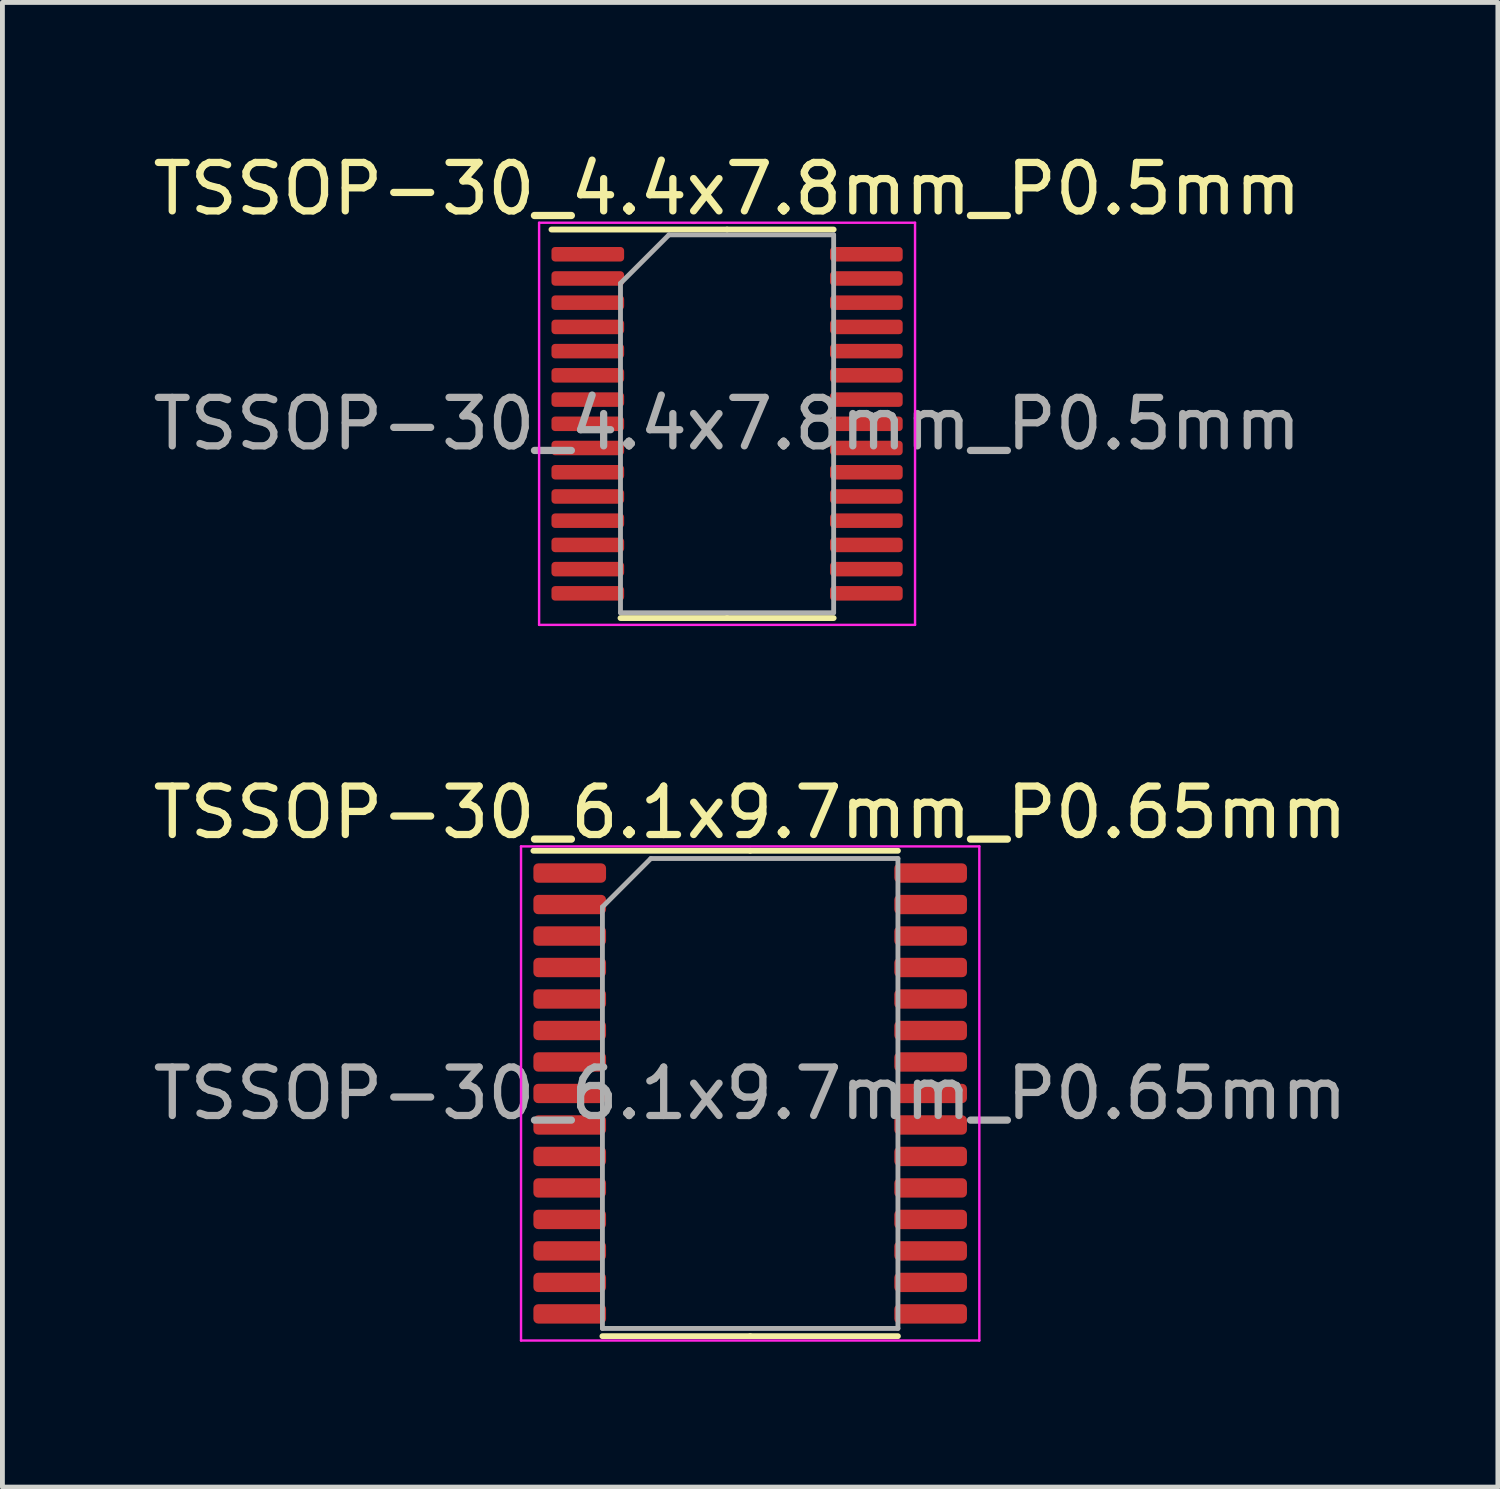
<source format=kicad_pcb>
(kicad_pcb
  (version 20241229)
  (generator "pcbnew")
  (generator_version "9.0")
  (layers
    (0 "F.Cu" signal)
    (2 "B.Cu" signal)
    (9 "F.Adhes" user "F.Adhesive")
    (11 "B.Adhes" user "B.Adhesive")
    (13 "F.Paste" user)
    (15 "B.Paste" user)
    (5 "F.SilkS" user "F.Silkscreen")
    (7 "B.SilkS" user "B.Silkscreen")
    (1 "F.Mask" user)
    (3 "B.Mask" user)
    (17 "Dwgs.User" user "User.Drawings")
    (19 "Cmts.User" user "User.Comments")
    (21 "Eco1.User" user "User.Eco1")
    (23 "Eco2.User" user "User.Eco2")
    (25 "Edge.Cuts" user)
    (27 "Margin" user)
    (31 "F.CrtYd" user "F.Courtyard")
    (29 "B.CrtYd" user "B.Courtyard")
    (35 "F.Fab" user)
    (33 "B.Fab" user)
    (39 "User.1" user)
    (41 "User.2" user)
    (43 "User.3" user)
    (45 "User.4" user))
  (footprint "TSSOP-30_6.1x9.7mm_P0.65mm"
    (layer "F.Cu")
    (at 12.435 19.521)
    (property "Reference" "TSSOP-30_6.1x9.7mm_P0.65mm" (at 0 -5.8 0) (layer "F.SilkS") (effects (font (size 1 1) (thickness 0.15))))
    (attr smd)
    (fp_line (start 0 -5.01) (end -4.475 -5.01) (stroke (width 0.12) (type solid)) (layer "F.SilkS"))
    (fp_line (start 0 -5.01) (end 3.05 -5.01) (stroke (width 0.12) (type solid)) (layer "F.SilkS"))
    (fp_line (start 0 5.01) (end -3.05 5.01) (stroke (width 0.12) (type solid)) (layer "F.SilkS"))
    (fp_line (start 0 5.01) (end 3.05 5.01) (stroke (width 0.12) (type solid)) (layer "F.SilkS"))
    (fp_line (start -4.73 -5.1) (end -4.73 5.1) (stroke (width 0.05) (type solid)) (layer "F.CrtYd"))
    (fp_line (start -4.73 5.1) (end 4.73 5.1) (stroke (width 0.05) (type solid)) (layer "F.CrtYd"))
    (fp_line (start 4.73 -5.1) (end -4.73 -5.1) (stroke (width 0.05) (type solid)) (layer "F.CrtYd"))
    (fp_line (start 4.73 5.1) (end 4.73 -5.1) (stroke (width 0.05) (type solid)) (layer "F.CrtYd"))
    (fp_line (start -3.05 -3.85) (end -2.05 -4.85) (stroke (width 0.1) (type solid)) (layer "F.Fab"))
    (fp_line (start -3.05 4.85) (end -3.05 -3.85) (stroke (width 0.1) (type solid)) (layer "F.Fab"))
    (fp_line (start -2.05 -4.85) (end 3.05 -4.85) (stroke (width 0.1) (type solid)) (layer "F.Fab"))
    (fp_line (start 3.05 -4.85) (end 3.05 4.85) (stroke (width 0.1) (type solid)) (layer "F.Fab"))
    (fp_line (start 3.05 4.85) (end -3.05 4.85) (stroke (width 0.1) (type solid)) (layer "F.Fab"))
    (fp_text user "${REFERENCE}" (at 0 0 0) (layer "F.Fab") (effects (font (size 1 1) (thickness 0.15))))
    (pad "1" smd roundrect (at -3.725 -4.55) (size 1.5 0.4) (layers "F.Cu" "F.Mask" "F.Paste") (roundrect_rratio 0.25))
    (pad "2" smd roundrect (at -3.725 -3.9) (size 1.5 0.4) (layers "F.Cu" "F.Mask" "F.Paste") (roundrect_rratio 0.25))
    (pad "3" smd roundrect (at -3.725 -3.25) (size 1.5 0.4) (layers "F.Cu" "F.Mask" "F.Paste") (roundrect_rratio 0.25))
    (pad "4" smd roundrect (at -3.725 -2.6) (size 1.5 0.4) (layers "F.Cu" "F.Mask" "F.Paste") (roundrect_rratio 0.25))
    (pad "5" smd roundrect (at -3.725 -1.95) (size 1.5 0.4) (layers "F.Cu" "F.Mask" "F.Paste") (roundrect_rratio 0.25))
    (pad "6" smd roundrect (at -3.725 -1.3) (size 1.5 0.4) (layers "F.Cu" "F.Mask" "F.Paste") (roundrect_rratio 0.25))
    (pad "7" smd roundrect (at -3.725 -0.65) (size 1.5 0.4) (layers "F.Cu" "F.Mask" "F.Paste") (roundrect_rratio 0.25))
    (pad "8" smd roundrect (at -3.725 0) (size 1.5 0.4) (layers "F.Cu" "F.Mask" "F.Paste") (roundrect_rratio 0.25))
    (pad "9" smd roundrect (at -3.725 0.65) (size 1.5 0.4) (layers "F.Cu" "F.Mask" "F.Paste") (roundrect_rratio 0.25))
    (pad "10" smd roundrect (at -3.725 1.3) (size 1.5 0.4) (layers "F.Cu" "F.Mask" "F.Paste") (roundrect_rratio 0.25))
    (pad "11" smd roundrect (at -3.725 1.95) (size 1.5 0.4) (layers "F.Cu" "F.Mask" "F.Paste") (roundrect_rratio 0.25))
    (pad "12" smd roundrect (at -3.725 2.6) (size 1.5 0.4) (layers "F.Cu" "F.Mask" "F.Paste") (roundrect_rratio 0.25))
    (pad "13" smd roundrect (at -3.725 3.25) (size 1.5 0.4) (layers "F.Cu" "F.Mask" "F.Paste") (roundrect_rratio 0.25))
    (pad "14" smd roundrect (at -3.725 3.9) (size 1.5 0.4) (layers "F.Cu" "F.Mask" "F.Paste") (roundrect_rratio 0.25))
    (pad "15" smd roundrect (at -3.725 4.55) (size 1.5 0.4) (layers "F.Cu" "F.Mask" "F.Paste") (roundrect_rratio 0.25))
    (pad "16" smd roundrect (at 3.725 4.55) (size 1.5 0.4) (layers "F.Cu" "F.Mask" "F.Paste") (roundrect_rratio 0.25))
    (pad "17" smd roundrect (at 3.725 3.9) (size 1.5 0.4) (layers "F.Cu" "F.Mask" "F.Paste") (roundrect_rratio 0.25))
    (pad "18" smd roundrect (at 3.725 3.25) (size 1.5 0.4) (layers "F.Cu" "F.Mask" "F.Paste") (roundrect_rratio 0.25))
    (pad "19" smd roundrect (at 3.725 2.6) (size 1.5 0.4) (layers "F.Cu" "F.Mask" "F.Paste") (roundrect_rratio 0.25))
    (pad "20" smd roundrect (at 3.725 1.95) (size 1.5 0.4) (layers "F.Cu" "F.Mask" "F.Paste") (roundrect_rratio 0.25))
    (pad "21" smd roundrect (at 3.725 1.3) (size 1.5 0.4) (layers "F.Cu" "F.Mask" "F.Paste") (roundrect_rratio 0.25))
    (pad "22" smd roundrect (at 3.725 0.65) (size 1.5 0.4) (layers "F.Cu" "F.Mask" "F.Paste") (roundrect_rratio 0.25))
    (pad "23" smd roundrect (at 3.725 0) (size 1.5 0.4) (layers "F.Cu" "F.Mask" "F.Paste") (roundrect_rratio 0.25))
    (pad "24" smd roundrect (at 3.725 -0.65) (size 1.5 0.4) (layers "F.Cu" "F.Mask" "F.Paste") (roundrect_rratio 0.25))
    (pad "25" smd roundrect (at 3.725 -1.3) (size 1.5 0.4) (layers "F.Cu" "F.Mask" "F.Paste") (roundrect_rratio 0.25))
    (pad "26" smd roundrect (at 3.725 -1.95) (size 1.5 0.4) (layers "F.Cu" "F.Mask" "F.Paste") (roundrect_rratio 0.25))
    (pad "27" smd roundrect (at 3.725 -2.6) (size 1.5 0.4) (layers "F.Cu" "F.Mask" "F.Paste") (roundrect_rratio 0.25))
    (pad "28" smd roundrect (at 3.725 -3.25) (size 1.5 0.4) (layers "F.Cu" "F.Mask" "F.Paste") (roundrect_rratio 0.25))
    (pad "29" smd roundrect (at 3.725 -3.9) (size 1.5 0.4) (layers "F.Cu" "F.Mask" "F.Paste") (roundrect_rratio 0.25))
    (pad "30" smd roundrect (at 3.725 -4.55) (size 1.5 0.4) (layers "F.Cu" "F.Mask" "F.Paste") (roundrect_rratio 0.25)))
  (footprint "TSSOP-30_4.4x7.8mm_P0.5mm"
    (layer "F.Cu")
    (at 11.958 5.698)
    (property "Reference" "TSSOP-30_4.4x7.8mm_P0.5mm" (at 0 -4.85 0) (layer "F.SilkS") (effects (font (size 1 1) (thickness 0.15))))
    (attr smd)
    (fp_line (start 0 -4.01) (end -3.625 -4.01) (stroke (width 0.12) (type solid)) (layer "F.SilkS"))
    (fp_line (start 0 -4.01) (end 2.2 -4.01) (stroke (width 0.12) (type solid)) (layer "F.SilkS"))
    (fp_line (start 0 4.01) (end -2.2 4.01) (stroke (width 0.12) (type solid)) (layer "F.SilkS"))
    (fp_line (start 0 4.01) (end 2.2 4.01) (stroke (width 0.12) (type solid)) (layer "F.SilkS"))
    (fp_line (start -3.88 -4.15) (end -3.88 4.15) (stroke (width 0.05) (type solid)) (layer "F.CrtYd"))
    (fp_line (start -3.88 4.15) (end 3.88 4.15) (stroke (width 0.05) (type solid)) (layer "F.CrtYd"))
    (fp_line (start 3.88 -4.15) (end -3.88 -4.15) (stroke (width 0.05) (type solid)) (layer "F.CrtYd"))
    (fp_line (start 3.88 4.15) (end 3.88 -4.15) (stroke (width 0.05) (type solid)) (layer "F.CrtYd"))
    (fp_line (start -2.2 -2.9) (end -1.2 -3.9) (stroke (width 0.1) (type solid)) (layer "F.Fab"))
    (fp_line (start -2.2 3.9) (end -2.2 -2.9) (stroke (width 0.1) (type solid)) (layer "F.Fab"))
    (fp_line (start -1.2 -3.9) (end 2.2 -3.9) (stroke (width 0.1) (type solid)) (layer "F.Fab"))
    (fp_line (start 2.2 -3.9) (end 2.2 3.9) (stroke (width 0.1) (type solid)) (layer "F.Fab"))
    (fp_line (start 2.2 3.9) (end -2.2 3.9) (stroke (width 0.1) (type solid)) (layer "F.Fab"))
    (fp_text user "${REFERENCE}" (at 0 0 0) (layer "F.Fab") (effects (font (size 1 1) (thickness 0.15))))
    (pad "1" smd roundrect (at -2.875 -3.5) (size 1.5 0.3) (layers "F.Cu" "F.Mask" "F.Paste") (roundrect_rratio 0.25))
    (pad "2" smd roundrect (at -2.875 -3) (size 1.5 0.3) (layers "F.Cu" "F.Mask" "F.Paste") (roundrect_rratio 0.25))
    (pad "3" smd roundrect (at -2.875 -2.5) (size 1.5 0.3) (layers "F.Cu" "F.Mask" "F.Paste") (roundrect_rratio 0.25))
    (pad "4" smd roundrect (at -2.875 -2) (size 1.5 0.3) (layers "F.Cu" "F.Mask" "F.Paste") (roundrect_rratio 0.25))
    (pad "5" smd roundrect (at -2.875 -1.5) (size 1.5 0.3) (layers "F.Cu" "F.Mask" "F.Paste") (roundrect_rratio 0.25))
    (pad "6" smd roundrect (at -2.875 -1) (size 1.5 0.3) (layers "F.Cu" "F.Mask" "F.Paste") (roundrect_rratio 0.25))
    (pad "7" smd roundrect (at -2.875 -0.5) (size 1.5 0.3) (layers "F.Cu" "F.Mask" "F.Paste") (roundrect_rratio 0.25))
    (pad "8" smd roundrect (at -2.875 0) (size 1.5 0.3) (layers "F.Cu" "F.Mask" "F.Paste") (roundrect_rratio 0.25))
    (pad "9" smd roundrect (at -2.875 0.5) (size 1.5 0.3) (layers "F.Cu" "F.Mask" "F.Paste") (roundrect_rratio 0.25))
    (pad "10" smd roundrect (at -2.875 1) (size 1.5 0.3) (layers "F.Cu" "F.Mask" "F.Paste") (roundrect_rratio 0.25))
    (pad "11" smd roundrect (at -2.875 1.5) (size 1.5 0.3) (layers "F.Cu" "F.Mask" "F.Paste") (roundrect_rratio 0.25))
    (pad "12" smd roundrect (at -2.875 2) (size 1.5 0.3) (layers "F.Cu" "F.Mask" "F.Paste") (roundrect_rratio 0.25))
    (pad "13" smd roundrect (at -2.875 2.5) (size 1.5 0.3) (layers "F.Cu" "F.Mask" "F.Paste") (roundrect_rratio 0.25))
    (pad "14" smd roundrect (at -2.875 3) (size 1.5 0.3) (layers "F.Cu" "F.Mask" "F.Paste") (roundrect_rratio 0.25))
    (pad "15" smd roundrect (at -2.875 3.5) (size 1.5 0.3) (layers "F.Cu" "F.Mask" "F.Paste") (roundrect_rratio 0.25))
    (pad "16" smd roundrect (at 2.875 3.5) (size 1.5 0.3) (layers "F.Cu" "F.Mask" "F.Paste") (roundrect_rratio 0.25))
    (pad "17" smd roundrect (at 2.875 3) (size 1.5 0.3) (layers "F.Cu" "F.Mask" "F.Paste") (roundrect_rratio 0.25))
    (pad "18" smd roundrect (at 2.875 2.5) (size 1.5 0.3) (layers "F.Cu" "F.Mask" "F.Paste") (roundrect_rratio 0.25))
    (pad "19" smd roundrect (at 2.875 2) (size 1.5 0.3) (layers "F.Cu" "F.Mask" "F.Paste") (roundrect_rratio 0.25))
    (pad "20" smd roundrect (at 2.875 1.5) (size 1.5 0.3) (layers "F.Cu" "F.Mask" "F.Paste") (roundrect_rratio 0.25))
    (pad "21" smd roundrect (at 2.875 1) (size 1.5 0.3) (layers "F.Cu" "F.Mask" "F.Paste") (roundrect_rratio 0.25))
    (pad "22" smd roundrect (at 2.875 0.5) (size 1.5 0.3) (layers "F.Cu" "F.Mask" "F.Paste") (roundrect_rratio 0.25))
    (pad "23" smd roundrect (at 2.875 0) (size 1.5 0.3) (layers "F.Cu" "F.Mask" "F.Paste") (roundrect_rratio 0.25))
    (pad "24" smd roundrect (at 2.875 -0.5) (size 1.5 0.3) (layers "F.Cu" "F.Mask" "F.Paste") (roundrect_rratio 0.25))
    (pad "25" smd roundrect (at 2.875 -1) (size 1.5 0.3) (layers "F.Cu" "F.Mask" "F.Paste") (roundrect_rratio 0.25))
    (pad "26" smd roundrect (at 2.875 -1.5) (size 1.5 0.3) (layers "F.Cu" "F.Mask" "F.Paste") (roundrect_rratio 0.25))
    (pad "27" smd roundrect (at 2.875 -2) (size 1.5 0.3) (layers "F.Cu" "F.Mask" "F.Paste") (roundrect_rratio 0.25))
    (pad "28" smd roundrect (at 2.875 -2.5) (size 1.5 0.3) (layers "F.Cu" "F.Mask" "F.Paste") (roundrect_rratio 0.25))
    (pad "29" smd roundrect (at 2.875 -3) (size 1.5 0.3) (layers "F.Cu" "F.Mask" "F.Paste") (roundrect_rratio 0.25))
    (pad "30" smd roundrect (at 2.875 -3.5) (size 1.5 0.3) (layers "F.Cu" "F.Mask" "F.Paste") (roundrect_rratio 0.25)))
  (gr_rect
    (start -3 -3)
    (end 27.869 27.646)
    (stroke (width 0.1) (type default))
    (fill no)
    (layer "Edge.Cuts")))
</source>
